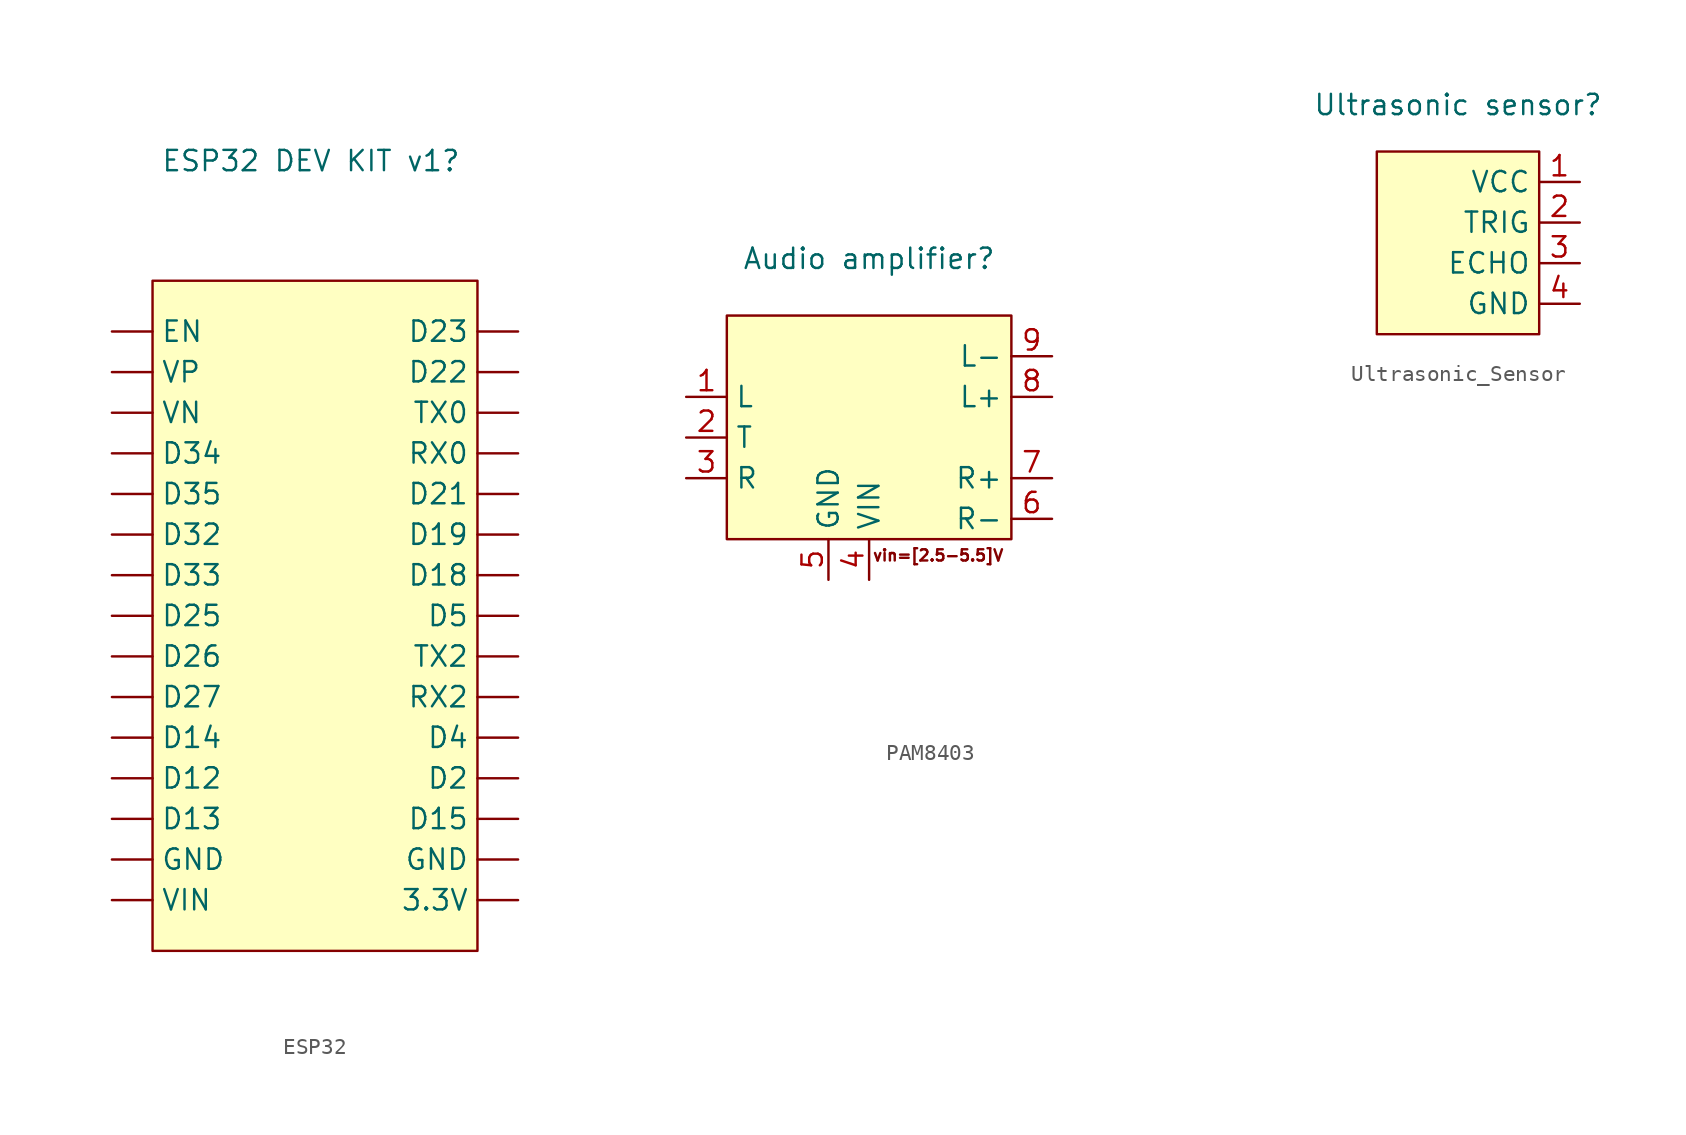
<source format=kicad_sym>
(kicad_symbol_lib
  (version 20231120)
  (generator "kicad_symbol_editor")
  (generator_version "8.0")
  (symbol "ESP32"
    (property "Reference" "ESP32 DEV KIT v1"
      (at -0.254 28.448 0)
      (effects (font (size 1.27 1.27))))
    (property "Value" ""
      (at -1.905 12.065 0)
      (effects (font (size 1.27 1.27))))
    (symbol "ESP32_1_1"
      (rectangle (start -10.16 20.955) (end 10.16 -20.955) (stroke (width 0) (type default)) (fill (type background)))
      (pin input line (at 12.7 -17.78 180) (length 2.54) (name "3.3V" (effects (font (size 1.27 1.27)))) (number "" (effects (font (size 1.27 1.27)))))
      (pin input line (at -12.7 -10.16 0) (length 2.54) (name "D12" (effects (font (size 1.27 1.27)))) (number "" (effects (font (size 1.27 1.27)))))
      (pin input line (at -12.7 -12.7 0) (length 2.54) (name "D13" (effects (font (size 1.27 1.27)))) (number "" (effects (font (size 1.27 1.27)))))
      (pin input line (at -12.7 -7.62 0) (length 2.54) (name "D14" (effects (font (size 1.27 1.27)))) (number "" (effects (font (size 1.27 1.27)))))
      (pin input line (at 12.7 -12.7 180) (length 2.54) (name "D15" (effects (font (size 1.27 1.27)))) (number "" (effects (font (size 1.27 1.27)))))
      (pin input line (at 12.7 2.54 180) (length 2.54) (name "D18" (effects (font (size 1.27 1.27)))) (number "" (effects (font (size 1.27 1.27)))))
      (pin input line (at 12.7 5.08 180) (length 2.54) (name "D19" (effects (font (size 1.27 1.27)))) (number "" (effects (font (size 1.27 1.27)))))
      (pin input line (at 12.7 -10.16 180) (length 2.54) (name "D2" (effects (font (size 1.27 1.27)))) (number "" (effects (font (size 1.27 1.27)))))
      (pin input line (at 12.7 7.62 180) (length 2.54) (name "D21" (effects (font (size 1.27 1.27)))) (number "" (effects (font (size 1.27 1.27)))))
      (pin input line (at 12.7 15.24 180) (length 2.54) (name "D22" (effects (font (size 1.27 1.27)))) (number "" (effects (font (size 1.27 1.27)))))
      (pin input line (at 12.7 17.78 180) (length 2.54) (name "D23" (effects (font (size 1.27 1.27)))) (number "" (effects (font (size 1.27 1.27)))))
      (pin input line (at -12.7 0 0) (length 2.54) (name "D25" (effects (font (size 1.27 1.27)))) (number "" (effects (font (size 1.27 1.27)))))
      (pin input line (at -12.7 -2.54 0) (length 2.54) (name "D26" (effects (font (size 1.27 1.27)))) (number "" (effects (font (size 1.27 1.27)))))
      (pin input line (at -12.7 -5.08 0) (length 2.54) (name "D27" (effects (font (size 1.27 1.27)))) (number "" (effects (font (size 1.27 1.27)))))
      (pin input line (at -12.7 5.08 0) (length 2.54) (name "D32" (effects (font (size 1.27 1.27)))) (number "" (effects (font (size 1.27 1.27)))))
      (pin input line (at -12.7 2.54 0) (length 2.54) (name "D33" (effects (font (size 1.27 1.27)))) (number "" (effects (font (size 1.27 1.27)))))
      (pin input line (at -12.7 10.16 0) (length 2.54) (name "D34" (effects (font (size 1.27 1.27)))) (number "" (effects (font (size 1.27 1.27)))))
      (pin input line (at -12.7 7.62 0) (length 2.54) (name "D35" (effects (font (size 1.27 1.27)))) (number "" (effects (font (size 1.27 1.27)))))
      (pin input line (at 12.7 -7.62 180) (length 2.54) (name "D4" (effects (font (size 1.27 1.27)))) (number "" (effects (font (size 1.27 1.27)))))
      (pin input line (at 12.7 0 180) (length 2.54) (name "D5" (effects (font (size 1.27 1.27)))) (number "" (effects (font (size 1.27 1.27)))))
      (pin input line (at -12.7 17.78 0) (length 2.54) (name "EN" (effects (font (size 1.27 1.27)))) (number "" (effects (font (size 1.27 1.27)))))
      (pin input line (at -12.7 -15.24 0) (length 2.54) (name "GND" (effects (font (size 1.27 1.27)))) (number "" (effects (font (size 1.27 1.27)))))
      (pin input line (at 12.7 -15.24 180) (length 2.54) (name "GND" (effects (font (size 1.27 1.27)))) (number "" (effects (font (size 1.27 1.27)))))
      (pin input line (at 12.7 10.16 180) (length 2.54) (name "RX0" (effects (font (size 1.27 1.27)))) (number "" (effects (font (size 1.27 1.27)))))
      (pin input line (at 12.7 -5.08 180) (length 2.54) (name "RX2" (effects (font (size 1.27 1.27)))) (number "" (effects (font (size 1.27 1.27)))))
      (pin input line (at 12.7 12.7 180) (length 2.54) (name "TX0" (effects (font (size 1.27 1.27)))) (number "" (effects (font (size 1.27 1.27)))))
      (pin input line (at 12.7 -2.54 180) (length 2.54) (name "TX2" (effects (font (size 1.27 1.27)))) (number "" (effects (font (size 1.27 1.27)))))
      (pin input line (at -12.7 -17.78 0) (length 2.54) (name "VIN" (effects (font (size 1.27 1.27)))) (number "" (effects (font (size 1.27 1.27)))))
      (pin input line (at -12.7 12.7 0) (length 2.54) (name "VN" (effects (font (size 1.27 1.27)))) (number "" (effects (font (size 1.27 1.27)))))
      (pin input line (at -12.7 15.24 0) (length 2.54) (name "VP" (effects (font (size 1.27 1.27)))) (number "" (effects (font (size 1.27 1.27)))))))
  (symbol "PAM8403"
    (property "Reference" "Audio amplifier"
      (at 0 9.906 0)
      (effects (font (size 1.27 1.27))))
    (property "Value" ""
      (at 12.954 18.288 0)
      (effects (font (size 1.27 1.27))))
    (symbol "PAM8403_0_0"
      (rectangle (start -8.89 6.35) (end 8.89 -7.62) (stroke (width 0) (type default)) (fill (type background)))
      (text "vin=[2.5-5.5]V" (at 4.318 -8.636 0) (effects (font (size 0.7 0.7)))))
    (symbol "PAM8403_1_1"
      (text private "PAM8403" (at 14.986 -15.494 0) (effects (font (size 1.27 1.27))))
      (pin passive line (at -11.43 1.27 0) (length 2.54) (name "L" (effects (font (size 1.27 1.27)))) (number "1" (effects (font (size 1.27 1.27)))))
      (pin passive line (at -11.43 -1.27 0) (length 2.54) (name "T" (effects (font (size 1.27 1.27)))) (number "2" (effects (font (size 1.27 1.27)))))
      (pin passive line (at -11.43 -3.81 0) (length 2.54) (name "R" (effects (font (size 1.27 1.27)))) (number "3" (effects (font (size 1.27 1.27)))))
      (pin passive line (at 0 -10.16 90) (length 2.54) (name "VIN" (effects (font (size 1.27 1.27)))) (number "4" (effects (font (size 1.27 1.27)))))
      (pin passive line (at -2.54 -10.16 90) (length 2.54) (name "GND" (effects (font (size 1.27 1.27)))) (number "5" (effects (font (size 1.27 1.27)))))
      (pin passive line (at 11.43 -6.35 180) (length 2.54) (name "R-" (effects (font (size 1.27 1.27)))) (number "6" (effects (font (size 1.27 1.27)))))
      (pin passive line (at 11.43 -3.81 180) (length 2.54) (name "R+" (effects (font (size 1.27 1.27)))) (number "7" (effects (font (size 1.27 1.27)))))
      (pin passive line (at 11.43 1.27 180) (length 2.54) (name "L+" (effects (font (size 1.27 1.27)))) (number "8" (effects (font (size 1.27 1.27)))))
      (pin passive line (at 11.43 3.81 180) (length 2.54) (name "L-" (effects (font (size 1.27 1.27)))) (number "9" (effects (font (size 1.27 1.27)))))))
  (symbol "Ultrasonic_Sensor"
    (property "Reference" "Ultrasonic sensor"
      (at 0 9.906 0)
      (effects (font (size 1.27 1.27))))
    (property "Value" ""
      (at 0 0 0)
      (effects (font (size 1.27 1.27))))
    (symbol "Ultrasonic_Sensor_1_1"
      (rectangle (start -5.08 6.985) (end 5.08 -4.445) (stroke (width 0) (type default)) (fill (type background)))
      (pin input line (at 7.62 5.08 180) (length 2.54) (name "VCC" (effects (font (size 1.27 1.27)))) (number "1" (effects (font (size 1.27 1.27)))))
      (pin input line (at 7.62 2.54 180) (length 2.54) (name "TRIG" (effects (font (size 1.27 1.27)))) (number "2" (effects (font (size 1.27 1.27)))))
      (pin input line (at 7.62 0 180) (length 2.54) (name "ECHO" (effects (font (size 1.27 1.27)))) (number "3" (effects (font (size 1.27 1.27)))))
      (pin input line (at 7.62 -2.54 180) (length 2.54) (name "GND" (effects (font (size 1.27 1.27)))) (number "4" (effects (font (size 1.27 1.27))))))))
</source>
